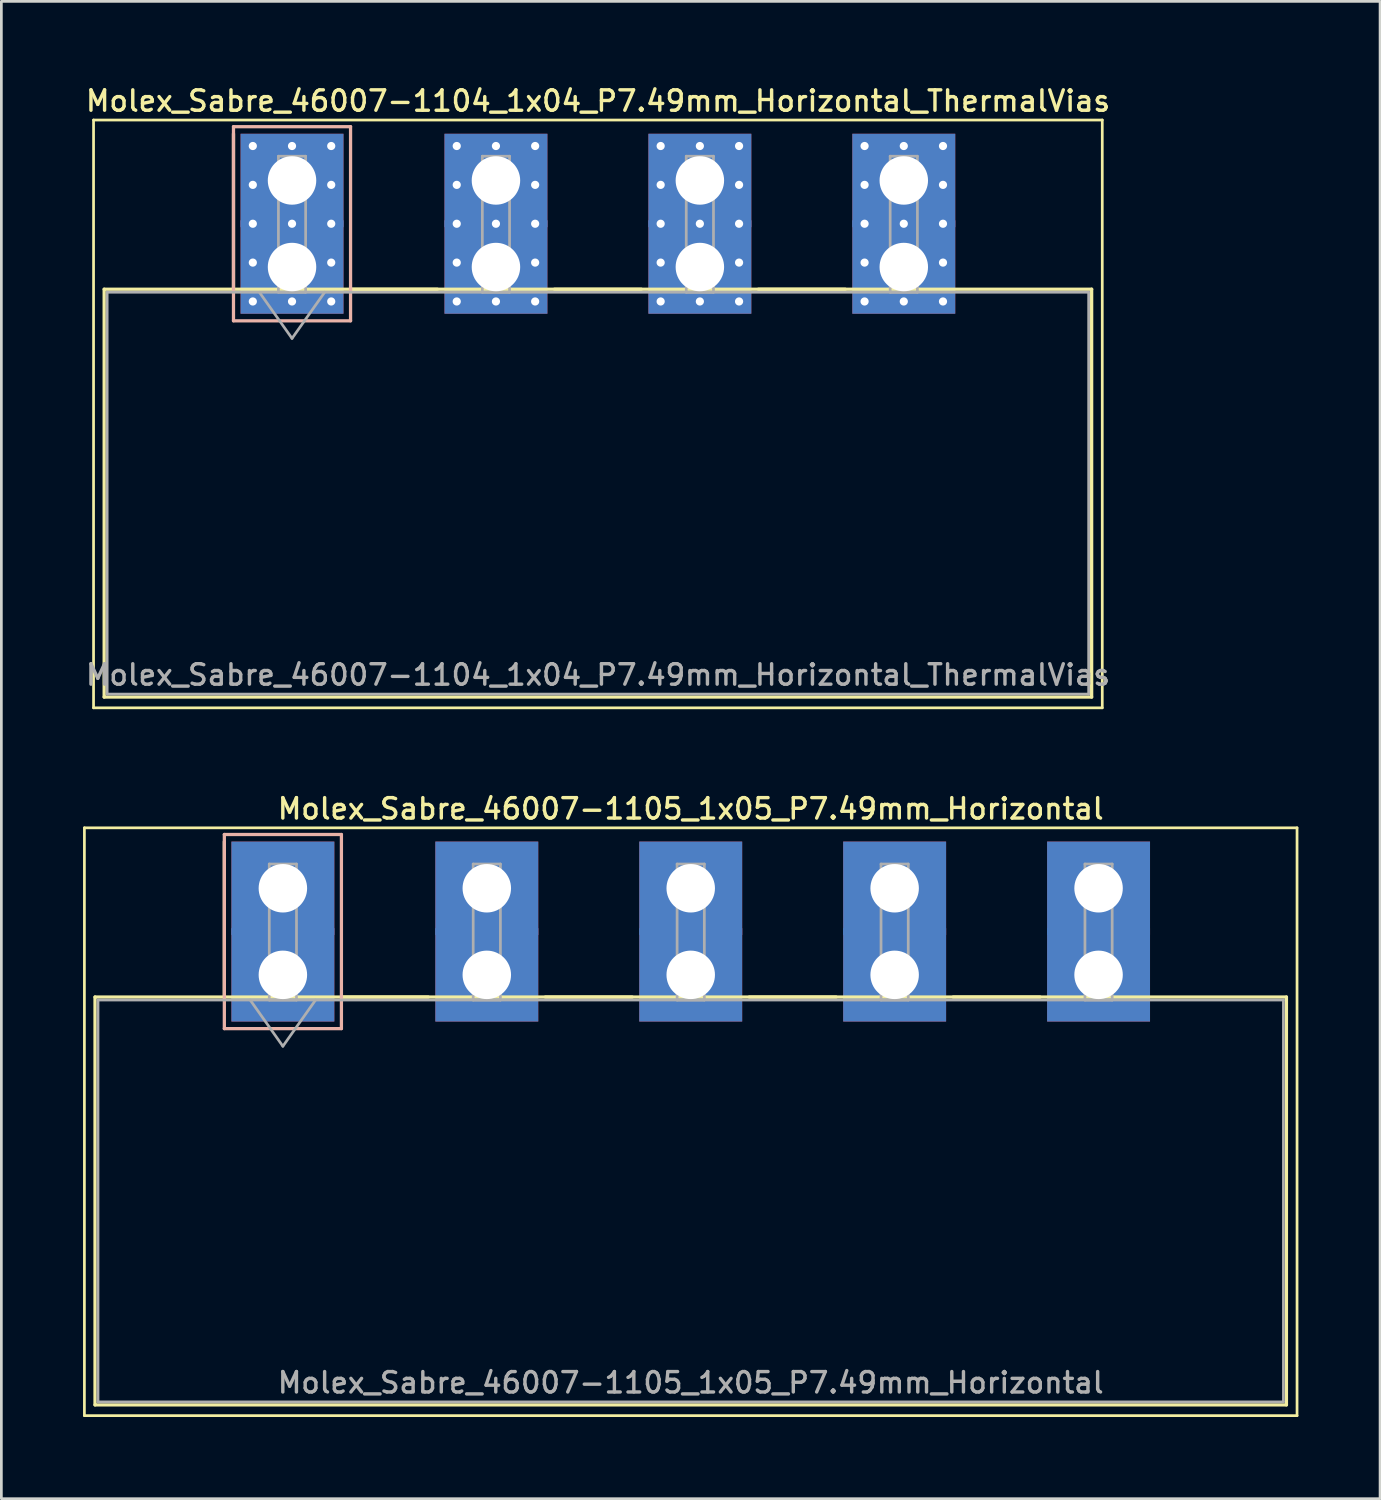
<source format=kicad_pcb>
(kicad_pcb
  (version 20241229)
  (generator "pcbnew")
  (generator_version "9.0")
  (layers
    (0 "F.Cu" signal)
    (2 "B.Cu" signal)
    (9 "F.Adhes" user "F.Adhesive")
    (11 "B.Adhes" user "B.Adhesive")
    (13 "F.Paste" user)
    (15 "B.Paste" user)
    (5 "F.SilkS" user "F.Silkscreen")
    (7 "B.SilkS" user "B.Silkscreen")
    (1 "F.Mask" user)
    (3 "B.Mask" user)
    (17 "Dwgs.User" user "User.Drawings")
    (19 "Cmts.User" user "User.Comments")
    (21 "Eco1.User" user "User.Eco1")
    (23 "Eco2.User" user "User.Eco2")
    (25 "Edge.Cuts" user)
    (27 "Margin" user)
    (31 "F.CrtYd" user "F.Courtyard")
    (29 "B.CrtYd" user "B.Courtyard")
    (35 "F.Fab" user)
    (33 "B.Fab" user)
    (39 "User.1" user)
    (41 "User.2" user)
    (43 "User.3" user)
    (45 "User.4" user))
  (footprint "Molex_Sabre_46007-1105_1x05_P7.49mm_Horizontal"
    (layer "F.Cu")
    (at 7.34 32.756)
    (property "Reference" "Molex_Sabre_46007-1105_1x05_P7.49mm_Horizontal" (at 14.98 -6.1 0) (layer "F.SilkS") (effects (font (size 0.75 0.75) (thickness 0.125))))
    (attr through_hole)
    (fp_line (start -7.29 -5.4) (end -7.29 16.19) (stroke (width 0.1) (type solid)) (layer "F.SilkS"))
    (fp_line (start -7.29 16.19) (end 37.25 16.19) (stroke (width 0.1) (type solid)) (layer "F.SilkS"))
    (fp_line (start -6.9 0.815) (end -6.9 15.795) (stroke (width 0.12) (type solid)) (layer "F.SilkS"))
    (fp_line (start -6.9 15.795) (end 36.86 15.795) (stroke (width 0.12) (type solid)) (layer "F.SilkS"))
    (fp_line (start -2.15 0.815) (end -2.15 -4.895) (stroke (width 0.12) (type solid)) (layer "F.SilkS"))
    (fp_line (start 2.15 0.815) (end 5.34 0.815) (stroke (width 0.12) (type solid)) (layer "F.SilkS"))
    (fp_line (start 9.64 0.815) (end 12.83 0.815) (stroke (width 0.12) (type solid)) (layer "F.SilkS"))
    (fp_line (start 17.13 0.815) (end 20.32 0.815) (stroke (width 0.12) (type solid)) (layer "F.SilkS"))
    (fp_line (start 24.62 0.815) (end 27.81 0.815) (stroke (width 0.12) (type solid)) (layer "F.SilkS"))
    (fp_line (start 36.86 0.815) (end -6.9 0.815) (stroke (width 0.12) (type solid)) (layer "F.SilkS"))
    (fp_line (start 36.86 15.795) (end 36.86 0.815) (stroke (width 0.12) (type solid)) (layer "F.SilkS"))
    (fp_line (start 37.25 -5.4) (end -7.29 -5.4) (stroke (width 0.1) (type solid)) (layer "F.SilkS"))
    (fp_line (start 37.25 16.19) (end 37.25 -5.4) (stroke (width 0.1) (type solid)) (layer "F.SilkS"))
    (fp_line (start -2.15 -5.155) (end -2.15 1.975) (stroke (width 0.12) (type solid)) (layer "B.SilkS"))
    (fp_line (start -2.15 1.975) (end 2.15 1.975) (stroke (width 0.12) (type solid)) (layer "B.SilkS"))
    (fp_line (start 2.15 -5.155) (end -2.15 -5.155) (stroke (width 0.12) (type solid)) (layer "B.SilkS"))
    (fp_line (start 2.15 1.975) (end 2.15 -5.155) (stroke (width 0.12) (type solid)) (layer "B.SilkS"))
    (fp_line (start -6.79 0.925) (end -6.79 15.685) (stroke (width 0.1) (type solid)) (layer "F.Fab"))
    (fp_line (start -6.79 15.685) (end 36.75 15.685) (stroke (width 0.1) (type solid)) (layer "F.Fab"))
    (fp_line (start -1.2 0.925) (end 0 2.622) (stroke (width 0.1) (type solid)) (layer "F.Fab"))
    (fp_line (start -0.5 -4.07) (end 0.5 -4.07) (stroke (width 0.1) (type solid)) (layer "F.Fab"))
    (fp_line (start -0.5 0.925) (end -0.5 -4.07) (stroke (width 0.1) (type solid)) (layer "F.Fab"))
    (fp_line (start 0 2.622) (end 1.2 0.925) (stroke (width 0.1) (type solid)) (layer "F.Fab"))
    (fp_line (start 0.5 -4.07) (end 0.5 0.925) (stroke (width 0.1) (type solid)) (layer "F.Fab"))
    (fp_line (start 0.5 0.925) (end -0.5 0.925) (stroke (width 0.1) (type solid)) (layer "F.Fab"))
    (fp_line (start 6.99 -4.07) (end 7.99 -4.07) (stroke (width 0.1) (type solid)) (layer "F.Fab"))
    (fp_line (start 6.99 0.925) (end 6.99 -4.07) (stroke (width 0.1) (type solid)) (layer "F.Fab"))
    (fp_line (start 7.99 -4.07) (end 7.99 0.925) (stroke (width 0.1) (type solid)) (layer "F.Fab"))
    (fp_line (start 7.99 0.925) (end 6.99 0.925) (stroke (width 0.1) (type solid)) (layer "F.Fab"))
    (fp_line (start 14.48 -4.07) (end 15.48 -4.07) (stroke (width 0.1) (type solid)) (layer "F.Fab"))
    (fp_line (start 14.48 0.925) (end 14.48 -4.07) (stroke (width 0.1) (type solid)) (layer "F.Fab"))
    (fp_line (start 15.48 -4.07) (end 15.48 0.925) (stroke (width 0.1) (type solid)) (layer "F.Fab"))
    (fp_line (start 15.48 0.925) (end 14.48 0.925) (stroke (width 0.1) (type solid)) (layer "F.Fab"))
    (fp_line (start 21.97 -4.07) (end 22.97 -4.07) (stroke (width 0.1) (type solid)) (layer "F.Fab"))
    (fp_line (start 21.97 0.925) (end 21.97 -4.07) (stroke (width 0.1) (type solid)) (layer "F.Fab"))
    (fp_line (start 22.97 -4.07) (end 22.97 0.925) (stroke (width 0.1) (type solid)) (layer "F.Fab"))
    (fp_line (start 22.97 0.925) (end 21.97 0.925) (stroke (width 0.1) (type solid)) (layer "F.Fab"))
    (fp_line (start 29.46 -4.07) (end 30.46 -4.07) (stroke (width 0.1) (type solid)) (layer "F.Fab"))
    (fp_line (start 29.46 0.925) (end 29.46 -4.07) (stroke (width 0.1) (type solid)) (layer "F.Fab"))
    (fp_line (start 30.46 -4.07) (end 30.46 0.925) (stroke (width 0.1) (type solid)) (layer "F.Fab"))
    (fp_line (start 30.46 0.925) (end 29.46 0.925) (stroke (width 0.1) (type solid)) (layer "F.Fab"))
    (fp_line (start 36.75 0.925) (end -6.79 0.925) (stroke (width 0.1) (type solid)) (layer "F.Fab"))
    (fp_line (start 36.75 15.685) (end 36.75 0.925) (stroke (width 0.1) (type solid)) (layer "F.Fab"))
    (fp_text user "${REFERENCE}" (at 14.98 14.98 0) (layer "F.Fab") (effects (font (size 0.75 0.75) (thickness 0.125))))
    (pad "1" thru_hole rect (at 0 -3.18) (size 3.78 3.43) (drill 1.78) (layers "*.Cu" "*.Mask"))
    (pad "1" thru_hole rect (at 0 0) (size 3.78 3.43) (drill 1.78) (layers "*.Cu" "*.Mask"))
    (pad "2" thru_hole rect (at 7.49 -3.18) (size 3.78 3.43) (drill 1.78) (layers "*.Cu" "*.Mask"))
    (pad "2" thru_hole rect (at 7.49 0) (size 3.78 3.43) (drill 1.78) (layers "*.Cu" "*.Mask"))
    (pad "3" thru_hole rect (at 14.98 -3.18) (size 3.78 3.43) (drill 1.78) (layers "*.Cu" "*.Mask"))
    (pad "3" thru_hole rect (at 14.98 0) (size 3.78 3.43) (drill 1.78) (layers "*.Cu" "*.Mask"))
    (pad "4" thru_hole rect (at 22.47 -3.18) (size 3.78 3.43) (drill 1.78) (layers "*.Cu" "*.Mask"))
    (pad "4" thru_hole rect (at 22.47 0) (size 3.78 3.43) (drill 1.78) (layers "*.Cu" "*.Mask"))
    (pad "5" thru_hole rect (at 29.96 -3.18) (size 3.78 3.43) (drill 1.78) (layers "*.Cu" "*.Mask"))
    (pad "5" thru_hole rect (at 29.96 0) (size 3.78 3.43) (drill 1.78) (layers "*.Cu" "*.Mask")))
  (footprint "Molex_Sabre_46007-1104_1x04_P7.49mm_Horizontal_ThermalVias"
    (layer "F.Cu")
    (at 7.676 6.758)
    (property "Reference" "Molex_Sabre_46007-1104_1x04_P7.49mm_Horizontal_ThermalVias" (at 11.24 -6.1 0) (layer "F.SilkS") (effects (font (size 0.75 0.75) (thickness 0.125))))
    (attr through_hole)
    (fp_line (start -7.29 -5.4) (end -7.29 16.19) (stroke (width 0.1) (type solid)) (layer "F.SilkS"))
    (fp_line (start -7.29 16.19) (end 29.76 16.19) (stroke (width 0.1) (type solid)) (layer "F.SilkS"))
    (fp_line (start -6.9 0.815) (end -6.9 15.795) (stroke (width 0.12) (type solid)) (layer "F.SilkS"))
    (fp_line (start -6.9 15.795) (end 29.37 15.795) (stroke (width 0.12) (type solid)) (layer "F.SilkS"))
    (fp_line (start -2.15 0.815) (end -2.15 -4.895) (stroke (width 0.12) (type solid)) (layer "F.SilkS"))
    (fp_line (start 2.15 0.815) (end 5.34 0.815) (stroke (width 0.12) (type solid)) (layer "F.SilkS"))
    (fp_line (start 9.64 0.815) (end 12.83 0.815) (stroke (width 0.12) (type solid)) (layer "F.SilkS"))
    (fp_line (start 17.13 0.815) (end 20.32 0.815) (stroke (width 0.12) (type solid)) (layer "F.SilkS"))
    (fp_line (start 29.37 0.815) (end -6.9 0.815) (stroke (width 0.12) (type solid)) (layer "F.SilkS"))
    (fp_line (start 29.37 15.795) (end 29.37 0.815) (stroke (width 0.12) (type solid)) (layer "F.SilkS"))
    (fp_line (start 29.76 -5.4) (end -7.29 -5.4) (stroke (width 0.1) (type solid)) (layer "F.SilkS"))
    (fp_line (start 29.76 16.19) (end 29.76 -5.4) (stroke (width 0.1) (type solid)) (layer "F.SilkS"))
    (fp_line (start -2.15 -5.155) (end -2.15 1.975) (stroke (width 0.12) (type solid)) (layer "B.SilkS"))
    (fp_line (start -2.15 1.975) (end 2.15 1.975) (stroke (width 0.12) (type solid)) (layer "B.SilkS"))
    (fp_line (start 2.15 -5.155) (end -2.15 -5.155) (stroke (width 0.12) (type solid)) (layer "B.SilkS"))
    (fp_line (start 2.15 1.975) (end 2.15 -5.155) (stroke (width 0.12) (type solid)) (layer "B.SilkS"))
    (fp_line (start -6.79 0.925) (end -6.79 15.685) (stroke (width 0.1) (type solid)) (layer "F.Fab"))
    (fp_line (start -6.79 15.685) (end 29.26 15.685) (stroke (width 0.1) (type solid)) (layer "F.Fab"))
    (fp_line (start -1.2 0.925) (end 0 2.622) (stroke (width 0.1) (type solid)) (layer "F.Fab"))
    (fp_line (start -0.5 -4.07) (end 0.5 -4.07) (stroke (width 0.1) (type solid)) (layer "F.Fab"))
    (fp_line (start -0.5 0.925) (end -0.5 -4.07) (stroke (width 0.1) (type solid)) (layer "F.Fab"))
    (fp_line (start 0 2.622) (end 1.2 0.925) (stroke (width 0.1) (type solid)) (layer "F.Fab"))
    (fp_line (start 0.5 -4.07) (end 0.5 0.925) (stroke (width 0.1) (type solid)) (layer "F.Fab"))
    (fp_line (start 0.5 0.925) (end -0.5 0.925) (stroke (width 0.1) (type solid)) (layer "F.Fab"))
    (fp_line (start 6.99 -4.07) (end 7.99 -4.07) (stroke (width 0.1) (type solid)) (layer "F.Fab"))
    (fp_line (start 6.99 0.925) (end 6.99 -4.07) (stroke (width 0.1) (type solid)) (layer "F.Fab"))
    (fp_line (start 7.99 -4.07) (end 7.99 0.925) (stroke (width 0.1) (type solid)) (layer "F.Fab"))
    (fp_line (start 7.99 0.925) (end 6.99 0.925) (stroke (width 0.1) (type solid)) (layer "F.Fab"))
    (fp_line (start 14.48 -4.07) (end 15.48 -4.07) (stroke (width 0.1) (type solid)) (layer "F.Fab"))
    (fp_line (start 14.48 0.925) (end 14.48 -4.07) (stroke (width 0.1) (type solid)) (layer "F.Fab"))
    (fp_line (start 15.48 -4.07) (end 15.48 0.925) (stroke (width 0.1) (type solid)) (layer "F.Fab"))
    (fp_line (start 15.48 0.925) (end 14.48 0.925) (stroke (width 0.1) (type solid)) (layer "F.Fab"))
    (fp_line (start 21.97 -4.07) (end 22.97 -4.07) (stroke (width 0.1) (type solid)) (layer "F.Fab"))
    (fp_line (start 21.97 0.925) (end 21.97 -4.07) (stroke (width 0.1) (type solid)) (layer "F.Fab"))
    (fp_line (start 22.97 -4.07) (end 22.97 0.925) (stroke (width 0.1) (type solid)) (layer "F.Fab"))
    (fp_line (start 22.97 0.925) (end 21.97 0.925) (stroke (width 0.1) (type solid)) (layer "F.Fab"))
    (fp_line (start 29.26 0.925) (end -6.79 0.925) (stroke (width 0.1) (type solid)) (layer "F.Fab"))
    (fp_line (start 29.26 15.685) (end 29.26 0.925) (stroke (width 0.1) (type solid)) (layer "F.Fab"))
    (fp_text user "${REFERENCE}" (at 11.24 14.98 0) (layer "F.Fab") (effects (font (size 0.75 0.75) (thickness 0.125))))
    (pad "1" thru_hole rect (at -1.44 -4.445) (size 0.6 0.6) (drill 0.3) (layers "*.Cu" "*.Mask"))
    (pad "1" thru_hole rect (at -1.44 -3.018) (size 0.6 0.6) (drill 0.3) (layers "*.Cu" "*.Mask"))
    (pad "1" thru_hole rect (at -1.44 -1.59) (size 0.6 0.6) (drill 0.3) (layers "*.Cu" "*.Mask"))
    (pad "1" thru_hole rect (at -1.44 -0.163) (size 0.6 0.6) (drill 0.3) (layers "*.Cu" "*.Mask"))
    (pad "1" thru_hole rect (at -1.44 1.265) (size 0.6 0.6) (drill 0.3) (layers "*.Cu" "*.Mask"))
    (pad "1" thru_hole rect (at 0 -4.445) (size 0.6 0.6) (drill 0.3) (layers "*.Cu" "*.Mask"))
    (pad "1" thru_hole rect (at 0 -3.18) (size 3.78 3.43) (drill 1.78) (layers "*.Cu" "*.Mask"))
    (pad "1" thru_hole rect (at 0 -1.59) (size 0.6 0.6) (drill 0.3) (layers "*.Cu" "*.Mask"))
    (pad "1" thru_hole rect (at 0 0) (size 3.78 3.43) (drill 1.78) (layers "*.Cu" "*.Mask"))
    (pad "1" thru_hole rect (at 0 1.265) (size 0.6 0.6) (drill 0.3) (layers "*.Cu" "*.Mask"))
    (pad "1" thru_hole rect (at 1.44 -4.445) (size 0.6 0.6) (drill 0.3) (layers "*.Cu" "*.Mask"))
    (pad "1" thru_hole rect (at 1.44 -3.018) (size 0.6 0.6) (drill 0.3) (layers "*.Cu" "*.Mask"))
    (pad "1" thru_hole rect (at 1.44 -1.59) (size 0.6 0.6) (drill 0.3) (layers "*.Cu" "*.Mask"))
    (pad "1" thru_hole rect (at 1.44 -0.163) (size 0.6 0.6) (drill 0.3) (layers "*.Cu" "*.Mask"))
    (pad "1" thru_hole rect (at 1.44 1.265) (size 0.6 0.6) (drill 0.3) (layers "*.Cu" "*.Mask"))
    (pad "2" thru_hole circle (at 6.05 -4.445) (size 0.6 0.6) (drill 0.3) (layers "*.Cu" "*.Mask"))
    (pad "2" thru_hole circle (at 6.05 -3.018) (size 0.6 0.6) (drill 0.3) (layers "*.Cu" "*.Mask"))
    (pad "2" thru_hole circle (at 6.05 -1.59) (size 0.6 0.6) (drill 0.3) (layers "*.Cu" "*.Mask"))
    (pad "2" thru_hole circle (at 6.05 -0.163) (size 0.6 0.6) (drill 0.3) (layers "*.Cu" "*.Mask"))
    (pad "2" thru_hole circle (at 6.05 1.265) (size 0.6 0.6) (drill 0.3) (layers "*.Cu" "*.Mask"))
    (pad "2" thru_hole circle (at 7.49 -4.445) (size 0.6 0.6) (drill 0.3) (layers "*.Cu" "*.Mask"))
    (pad "2" thru_hole rect (at 7.49 -3.18) (size 3.78 3.43) (drill 1.78) (layers "*.Cu" "*.Mask"))
    (pad "2" thru_hole circle (at 7.49 -1.59) (size 0.6 0.6) (drill 0.3) (layers "*.Cu" "*.Mask"))
    (pad "2" thru_hole rect (at 7.49 0) (size 3.78 3.43) (drill 1.78) (layers "*.Cu" "*.Mask"))
    (pad "2" thru_hole circle (at 7.49 1.265) (size 0.6 0.6) (drill 0.3) (layers "*.Cu" "*.Mask"))
    (pad "2" thru_hole circle (at 8.93 -4.445) (size 0.6 0.6) (drill 0.3) (layers "*.Cu" "*.Mask"))
    (pad "2" thru_hole circle (at 8.93 -3.018) (size 0.6 0.6) (drill 0.3) (layers "*.Cu" "*.Mask"))
    (pad "2" thru_hole circle (at 8.93 -1.59) (size 0.6 0.6) (drill 0.3) (layers "*.Cu" "*.Mask"))
    (pad "2" thru_hole circle (at 8.93 -0.163) (size 0.6 0.6) (drill 0.3) (layers "*.Cu" "*.Mask"))
    (pad "2" thru_hole circle (at 8.93 1.265) (size 0.6 0.6) (drill 0.3) (layers "*.Cu" "*.Mask"))
    (pad "3" thru_hole circle (at 13.54 -4.445) (size 0.6 0.6) (drill 0.3) (layers "*.Cu" "*.Mask"))
    (pad "3" thru_hole circle (at 13.54 -3.018) (size 0.6 0.6) (drill 0.3) (layers "*.Cu" "*.Mask"))
    (pad "3" thru_hole circle (at 13.54 -1.59) (size 0.6 0.6) (drill 0.3) (layers "*.Cu" "*.Mask"))
    (pad "3" thru_hole circle (at 13.54 -0.163) (size 0.6 0.6) (drill 0.3) (layers "*.Cu" "*.Mask"))
    (pad "3" thru_hole circle (at 13.54 1.265) (size 0.6 0.6) (drill 0.3) (layers "*.Cu" "*.Mask"))
    (pad "3" thru_hole circle (at 14.98 -4.445) (size 0.6 0.6) (drill 0.3) (layers "*.Cu" "*.Mask"))
    (pad "3" thru_hole rect (at 14.98 -3.18) (size 3.78 3.43) (drill 1.78) (layers "*.Cu" "*.Mask"))
    (pad "3" thru_hole circle (at 14.98 -1.59) (size 0.6 0.6) (drill 0.3) (layers "*.Cu" "*.Mask"))
    (pad "3" thru_hole rect (at 14.98 0) (size 3.78 3.43) (drill 1.78) (layers "*.Cu" "*.Mask"))
    (pad "3" thru_hole circle (at 14.98 1.265) (size 0.6 0.6) (drill 0.3) (layers "*.Cu" "*.Mask"))
    (pad "3" thru_hole circle (at 16.42 -4.445) (size 0.6 0.6) (drill 0.3) (layers "*.Cu" "*.Mask"))
    (pad "3" thru_hole circle (at 16.42 -3.018) (size 0.6 0.6) (drill 0.3) (layers "*.Cu" "*.Mask"))
    (pad "3" thru_hole circle (at 16.42 -1.59) (size 0.6 0.6) (drill 0.3) (layers "*.Cu" "*.Mask"))
    (pad "3" thru_hole circle (at 16.42 -0.163) (size 0.6 0.6) (drill 0.3) (layers "*.Cu" "*.Mask"))
    (pad "3" thru_hole circle (at 16.42 1.265) (size 0.6 0.6) (drill 0.3) (layers "*.Cu" "*.Mask"))
    (pad "4" thru_hole circle (at 21.03 -4.445) (size 0.6 0.6) (drill 0.3) (layers "*.Cu" "*.Mask"))
    (pad "4" thru_hole circle (at 21.03 -3.018) (size 0.6 0.6) (drill 0.3) (layers "*.Cu" "*.Mask"))
    (pad "4" thru_hole circle (at 21.03 -1.59) (size 0.6 0.6) (drill 0.3) (layers "*.Cu" "*.Mask"))
    (pad "4" thru_hole circle (at 21.03 -0.163) (size 0.6 0.6) (drill 0.3) (layers "*.Cu" "*.Mask"))
    (pad "4" thru_hole circle (at 21.03 1.265) (size 0.6 0.6) (drill 0.3) (layers "*.Cu" "*.Mask"))
    (pad "4" thru_hole circle (at 22.47 -4.445) (size 0.6 0.6) (drill 0.3) (layers "*.Cu" "*.Mask"))
    (pad "4" thru_hole rect (at 22.47 -3.18) (size 3.78 3.43) (drill 1.78) (layers "*.Cu" "*.Mask"))
    (pad "4" thru_hole circle (at 22.47 -1.59) (size 0.6 0.6) (drill 0.3) (layers "*.Cu" "*.Mask"))
    (pad "4" thru_hole rect (at 22.47 0) (size 3.78 3.43) (drill 1.78) (layers "*.Cu" "*.Mask"))
    (pad "4" thru_hole circle (at 22.47 1.265) (size 0.6 0.6) (drill 0.3) (layers "*.Cu" "*.Mask"))
    (pad "4" thru_hole circle (at 23.91 -4.445) (size 0.6 0.6) (drill 0.3) (layers "*.Cu" "*.Mask"))
    (pad "4" thru_hole circle (at 23.91 -3.018) (size 0.6 0.6) (drill 0.3) (layers "*.Cu" "*.Mask"))
    (pad "4" thru_hole circle (at 23.91 -1.59) (size 0.6 0.6) (drill 0.3) (layers "*.Cu" "*.Mask"))
    (pad "4" thru_hole circle (at 23.91 -0.163) (size 0.6 0.6) (drill 0.3) (layers "*.Cu" "*.Mask"))
    (pad "4" thru_hole circle (at 23.91 1.265) (size 0.6 0.6) (drill 0.3) (layers "*.Cu" "*.Mask")))
  (gr_rect
    (start -3 -3)
    (end 47.64 51.996)
    (stroke (width 0.1) (type default))
    (fill no)
    (layer "Edge.Cuts")))
</source>
